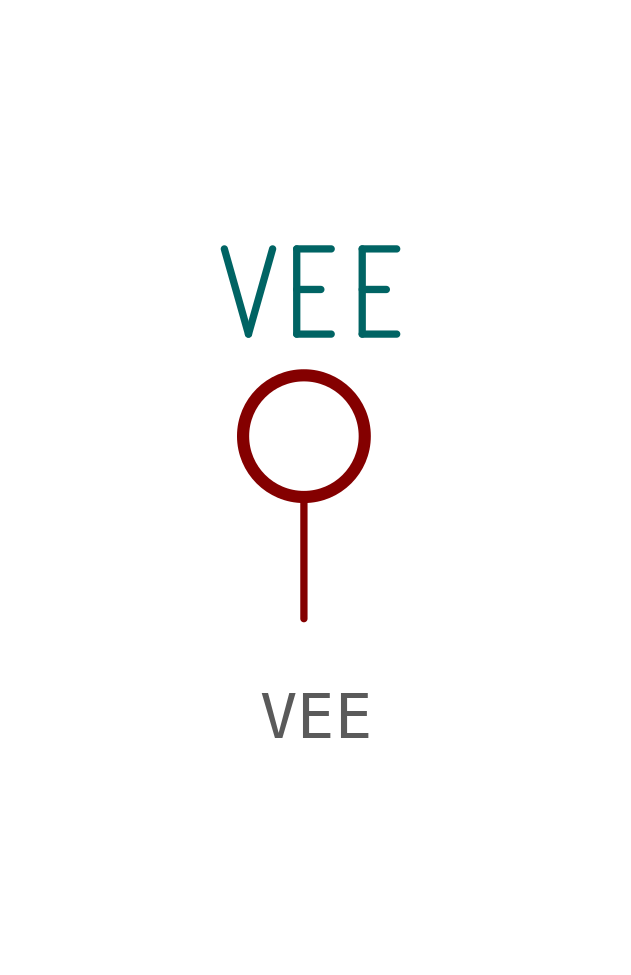
<source format=kicad_sym>
(kicad_symbol_lib
  (version 20220914)
  (generator kicad_symbol_editor)
  (symbol "VEE"
    (power)
    (property "Reference" "#SUPPLY"
      (at 0 0 0)
      (effects (font (size 1.27 1.27)) hide))
    (property "Value" "VEE"
      (at -1.905 3.175 0)
      (effects (font (size 1.778 1.511)) (justify left bottom)))
    (property "ki_locked" ""
      (at 0 0 0)
      (effects (font (size 1.27 1.27))))
    (symbol "VEE_1_0"
      (circle (center 0 1.27) (radius 1.27) (stroke (width 0.254) (type solid)) (fill (type none)))
      (pin power_in line (at 0 -2.54 90) (length 2.54) (name "VEE" (effects (font (size 0 0)))) (number "1" (effects (font (size 0 0))))))))
</source>
